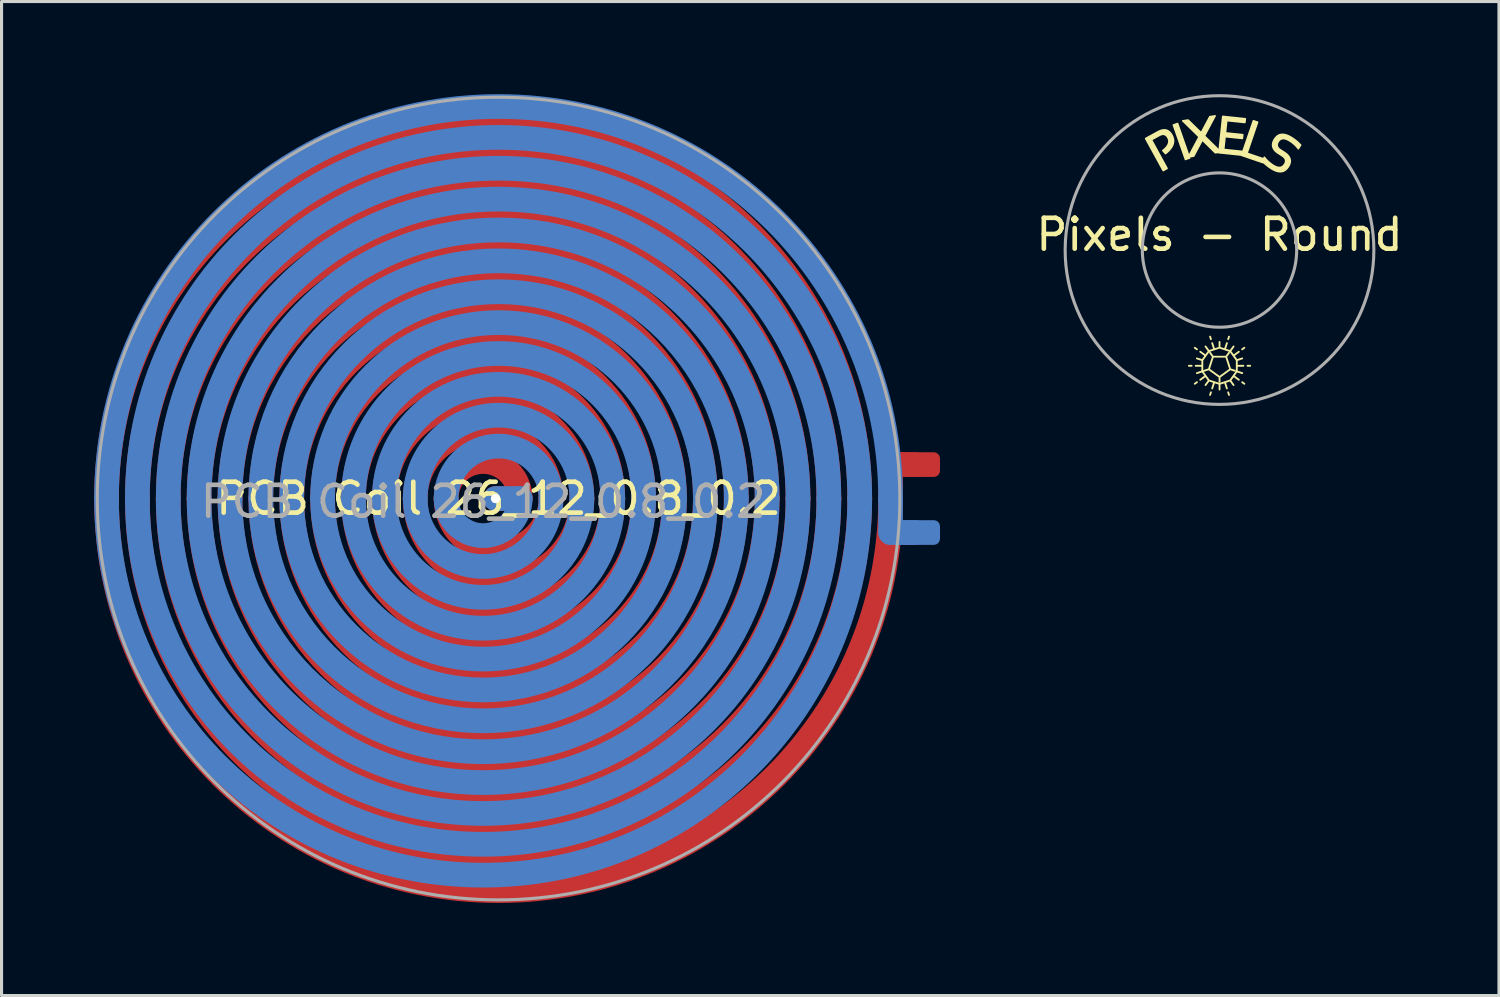
<source format=kicad_pcb>
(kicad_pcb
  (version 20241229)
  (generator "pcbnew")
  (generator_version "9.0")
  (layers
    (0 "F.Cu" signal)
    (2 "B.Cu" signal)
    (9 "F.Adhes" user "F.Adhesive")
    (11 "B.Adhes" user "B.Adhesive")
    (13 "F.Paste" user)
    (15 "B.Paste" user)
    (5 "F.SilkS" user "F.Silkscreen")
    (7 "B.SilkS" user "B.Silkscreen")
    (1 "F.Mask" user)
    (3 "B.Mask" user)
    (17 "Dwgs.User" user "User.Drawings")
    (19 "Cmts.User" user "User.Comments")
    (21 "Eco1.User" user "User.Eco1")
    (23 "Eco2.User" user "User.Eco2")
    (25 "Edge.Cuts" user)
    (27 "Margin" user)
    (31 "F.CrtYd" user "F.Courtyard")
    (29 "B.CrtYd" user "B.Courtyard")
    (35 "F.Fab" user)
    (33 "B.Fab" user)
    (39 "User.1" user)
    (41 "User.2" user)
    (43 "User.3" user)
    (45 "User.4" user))
  (footprint "PCB Coil 26_12_0.8_0.2"
    (layer "F.Cu")
    (at 13.1 13.1)
    (property "Reference" "PCB Coil 26_12_0.8_0.2" (at 0 0 0) (unlocked yes) (layer "F.SilkS") (effects (font (size 1 1) (thickness 0.15))))
    (attr smd exclude_from_pos_files exclude_from_bom allow_missing_courtyard)
    (fp_line (start 0.7 0) (end -0.1 0) (stroke (width 0.8) (type default)) (layer "F.Cu"))
    (fp_line (start 12.7 -1.1) (end 13.5 -1.1) (stroke (width 0.8) (type default)) (layer "F.Cu"))
    (fp_line (start 12.7 0) (end 12.7 -1.1) (stroke (width 0.8) (type default)) (layer "F.Cu"))
    (fp_arc (start -12.7 0) (mid -0.5 -12.2) (end 11.7 0) (stroke (width 0.8) (type default)) (layer "F.Cu"))
    (fp_arc (start -11.7 0) (mid -0.5 -11.2) (end 10.7 0) (stroke (width 0.8) (type default)) (layer "F.Cu"))
    (fp_arc (start -10.7 0) (mid -0.5 -10.2) (end 9.7 0) (stroke (width 0.8) (type default)) (layer "F.Cu"))
    (fp_arc (start -9.7 0) (mid -0.5 -9.2) (end 8.7 0) (stroke (width 0.8) (type default)) (layer "F.Cu"))
    (fp_arc (start -8.7 0) (mid -0.5 -8.2) (end 7.7 0) (stroke (width 0.8) (type default)) (layer "F.Cu"))
    (fp_arc (start -7.7 0) (mid -0.5 -7.2) (end 6.7 0) (stroke (width 0.8) (type default)) (layer "F.Cu"))
    (fp_arc (start -6.7 0) (mid -0.5 -6.2) (end 5.7 0) (stroke (width 0.8) (type default)) (layer "F.Cu"))
    (fp_arc (start -5.7 0) (mid -0.5 -5.2) (end 4.7 0) (stroke (width 0.8) (type default)) (layer "F.Cu"))
    (fp_arc (start -4.7 0) (mid -0.5 -4.2) (end 3.7 0) (stroke (width 0.8) (type default)) (layer "F.Cu"))
    (fp_arc (start -3.7 0) (mid -0.5 -3.2) (end 2.7 0) (stroke (width 0.8) (type default)) (layer "F.Cu"))
    (fp_arc (start -2.7 0) (mid -0.5 -2.2) (end 1.7 0) (stroke (width 0.8) (type default)) (layer "F.Cu"))
    (fp_arc (start -1.7 0) (mid -0.5 -1.2) (end 0.7 0) (stroke (width 0.8) (type default)) (layer "F.Cu"))
    (fp_arc (start 1.7 0) (mid 0 1.7) (end -1.7 0) (stroke (width 0.8) (type default)) (layer "F.Cu"))
    (fp_arc (start 2.7 0) (mid 0 2.7) (end -2.7 0) (stroke (width 0.8) (type default)) (layer "F.Cu"))
    (fp_arc (start 3.7 0) (mid 0 3.7) (end -3.7 0) (stroke (width 0.8) (type default)) (layer "F.Cu"))
    (fp_arc (start 4.7 0) (mid 0 4.7) (end -4.7 0) (stroke (width 0.8) (type default)) (layer "F.Cu"))
    (fp_arc (start 5.7 0) (mid 0 5.7) (end -5.7 0) (stroke (width 0.8) (type default)) (layer "F.Cu"))
    (fp_arc (start 6.7 0) (mid 0 6.7) (end -6.7 0) (stroke (width 0.8) (type default)) (layer "F.Cu"))
    (fp_arc (start 7.7 0) (mid 0 7.7) (end -7.7 0) (stroke (width 0.8) (type default)) (layer "F.Cu"))
    (fp_arc (start 8.7 0) (mid 0 8.7) (end -8.7 0) (stroke (width 0.8) (type default)) (layer "F.Cu"))
    (fp_arc (start 9.7 0) (mid 0 9.7) (end -9.7 0) (stroke (width 0.8) (type default)) (layer "F.Cu"))
    (fp_arc (start 10.7 0) (mid 0 10.7) (end -10.7 0) (stroke (width 0.8) (type default)) (layer "F.Cu"))
    (fp_arc (start 11.7 0) (mid 0 11.7) (end -11.7 0) (stroke (width 0.8) (type default)) (layer "F.Cu"))
    (fp_arc (start 12.7 0) (mid 0 12.7) (end -12.7 0) (stroke (width 0.8) (type default)) (layer "F.Cu"))
    (fp_line (start 0.7 0) (end -0.1 0) (stroke (width 0.8) (type default)) (layer "B.Cu"))
    (fp_line (start 12.7 0) (end 12.7 1.1) (stroke (width 0.8) (type default)) (layer "B.Cu"))
    (fp_line (start 12.7 1.1) (end 13.5 1.1) (stroke (width 0.8) (type default)) (layer "B.Cu"))
    (fp_arc (start -12.7 0) (mid 0 -12.7) (end 12.7 0) (stroke (width 0.8) (type default)) (layer "B.Cu"))
    (fp_arc (start -11.7 0) (mid 0 -11.7) (end 11.7 0) (stroke (width 0.8) (type default)) (layer "B.Cu"))
    (fp_arc (start -10.7 0) (mid 0 -10.7) (end 10.7 0) (stroke (width 0.8) (type default)) (layer "B.Cu"))
    (fp_arc (start -9.7 0) (mid 0 -9.7) (end 9.7 0) (stroke (width 0.8) (type default)) (layer "B.Cu"))
    (fp_arc (start -8.7 0) (mid 0 -8.7) (end 8.7 0) (stroke (width 0.8) (type default)) (layer "B.Cu"))
    (fp_arc (start -7.7 0) (mid 0 -7.7) (end 7.7 0) (stroke (width 0.8) (type default)) (layer "B.Cu"))
    (fp_arc (start -6.7 0) (mid 0 -6.7) (end 6.7 0) (stroke (width 0.8) (type default)) (layer "B.Cu"))
    (fp_arc (start -5.7 0) (mid 0 -5.7) (end 5.7 0) (stroke (width 0.8) (type default)) (layer "B.Cu"))
    (fp_arc (start -4.7 0) (mid 0 -4.7) (end 4.7 0) (stroke (width 0.8) (type default)) (layer "B.Cu"))
    (fp_arc (start -3.7 0) (mid 0 -3.7) (end 3.7 0) (stroke (width 0.8) (type default)) (layer "B.Cu"))
    (fp_arc (start -2.7 0) (mid 0 -2.7) (end 2.7 0) (stroke (width 0.8) (type default)) (layer "B.Cu"))
    (fp_arc (start -1.7 0) (mid 0 -1.7) (end 1.7 0) (stroke (width 0.8) (type default)) (layer "B.Cu"))
    (fp_arc (start 0.7 0) (mid -0.5 1.2) (end -1.7 0) (stroke (width 0.8) (type default)) (layer "B.Cu"))
    (fp_arc (start 1.7 0) (mid -0.5 2.2) (end -2.7 0) (stroke (width 0.8) (type default)) (layer "B.Cu"))
    (fp_arc (start 2.7 0) (mid -0.5 3.2) (end -3.7 0) (stroke (width 0.8) (type default)) (layer "B.Cu"))
    (fp_arc (start 3.7 0) (mid -0.5 4.2) (end -4.7 0) (stroke (width 0.8) (type default)) (layer "B.Cu"))
    (fp_arc (start 4.7 0) (mid -0.5 5.2) (end -5.7 0) (stroke (width 0.8) (type default)) (layer "B.Cu"))
    (fp_arc (start 5.7 0) (mid -0.5 6.2) (end -6.7 0) (stroke (width 0.8) (type default)) (layer "B.Cu"))
    (fp_arc (start 6.7 0) (mid -0.5 7.2) (end -7.7 0) (stroke (width 0.8) (type default)) (layer "B.Cu"))
    (fp_arc (start 7.7 0) (mid -0.5 8.2) (end -8.7 0) (stroke (width 0.8) (type default)) (layer "B.Cu"))
    (fp_arc (start 8.7 0) (mid -0.5 9.2) (end -9.7 0) (stroke (width 0.8) (type default)) (layer "B.Cu"))
    (fp_arc (start 9.7 0) (mid -0.5 10.2) (end -10.7 0) (stroke (width 0.8) (type default)) (layer "B.Cu"))
    (fp_arc (start 10.7 0) (mid -0.5 11.2) (end -11.7 0) (stroke (width 0.8) (type default)) (layer "B.Cu"))
    (fp_arc (start 11.7 0) (mid -0.5 12.2) (end -12.7 0) (stroke (width 0.8) (type default)) (layer "B.Cu"))
    (fp_circle (center 0 0) (end 13 0) (stroke (width 0.1) (type solid)) (fill no) (layer "F.Fab"))
    (fp_text user "${REFERENCE}" (at -0.5 0.1 0) (unlocked yes) (layer "F.Fab") (effects (font (size 1 1) (thickness 0.15))))
    (pad "0" thru_hole circle (at -0.1 0) (size 0.6 0.6) (drill 0.3) (layers "*.Cu") (remove_unused_layers yes) (keep_end_layers yes) (zone_layer_connections))
    (pad "1" smd roundrect (at 13.5 -1.1) (size 1.6 0.8) (layers "F.Cu") (roundrect_rratio 0.25))
    (pad "2" smd roundrect (at 13.5 1.1) (size 1.6 0.8) (layers "B.Cu") (roundrect_rratio 0.25)))
  (footprint "Pixels - Round"
    (layer "F.Cu")
    (at 36.454 5.05)
    (property "Reference" "Pixels - Round" (at 0 -0.5 0) (unlocked yes) (layer "F.SilkS") (effects (font (size 1 1) (thickness 0.15))))
    (fp_poly (pts (xy -0.967 -2.981) (xy -1.358 -4.101) (xy -1.496 -4.052) (xy -1.104 -2.933)) (stroke (width 0.05) (type solid)) (fill yes) (layer "F.SilkS"))
    (fp_poly (pts (xy 0.892 -3.137) (xy 1.235 -4.142) (xy 1.097 -4.189) (xy 0.714 -3.067) (xy 1.41 -2.83) (xy 1.45 -2.947)) (stroke (width 0.05) (type solid)) (fill yes) (layer "F.SilkS"))
    (fp_poly (pts (xy -0.884 3.724) (xy -0.902 3.719) (xy -0.993 3.719) (xy -1.014 3.727) (xy -1.023 3.749) (xy -1.014 3.77) (xy -0.993 3.779) (xy -0.902 3.779) (xy -0.881 3.77) (xy -0.872 3.749)) (stroke (width 0) (type solid)) (fill yes) (layer "F.SilkS"))
    (fp_poly (pts (xy -0.821 3.188) (xy -0.747 3.242) (xy -0.725 3.247) (xy -0.705 3.235) (xy -0.7 3.213) (xy -0.712 3.193) (xy -0.785 3.14) (xy -0.808 3.135) (xy -0.827 3.147) (xy -0.833 3.169)) (stroke (width 0) (type solid)) (fill yes) (layer "F.SilkS"))
    (fp_poly (pts (xy -0.306 2.899) (xy -0.334 2.812) (xy -0.333 2.789) (xy -0.315 2.774) (xy -0.288 2.779) (xy -0.277 2.794) (xy -0.249 2.88) (xy -0.251 2.903) (xy -0.269 2.918) (xy -0.291 2.916)) (stroke (width 0) (type solid)) (fill yes) (layer "F.SilkS"))
    (fp_poly (pts (xy 0.254 4.594) (xy 0.252 4.617) (xy 0.28 4.704) (xy 0.295 4.721) (xy 0.318 4.723) (xy 0.336 4.708) (xy 0.337 4.685) (xy 0.309 4.599) (xy 0.298 4.584) (xy 0.271 4.579)) (stroke (width 0) (type solid)) (fill yes) (layer "F.SilkS"))
    (fp_poly (pts (xy 0.788 4.357) (xy 0.811 4.363) (xy 0.83 4.351) (xy 0.836 4.328) (xy 0.824 4.309) (xy 0.75 4.255) (xy 0.728 4.25) (xy 0.708 4.262) (xy 0.703 4.284) (xy 0.715 4.304)) (stroke (width 0) (type solid)) (fill yes) (layer "F.SilkS"))
    (fp_poly (pts (xy 0.884 3.77) (xy 0.905 3.779) (xy 0.996 3.779) (xy 1.017 3.77) (xy 1.026 3.749) (xy 1.013 3.724) (xy 0.996 3.719) (xy 0.905 3.719) (xy 0.884 3.727) (xy 0.875 3.749)) (stroke (width 0) (type solid)) (fill yes) (layer "F.SilkS"))
    (fp_poly (pts (xy -0.712 4.255) (xy -0.729 4.249) (xy -0.747 4.255) (xy -0.821 4.309) (xy -0.833 4.328) (xy -0.827 4.35) (xy -0.808 4.362) (xy -0.785 4.357) (xy -0.712 4.304) (xy -0.7 4.284) (xy -0.705 4.262)) (stroke (width 0) (type solid)) (fill yes) (layer "F.SilkS"))
    (fp_poly (pts (xy -0.332 4.708) (xy -0.315 4.723) (xy -0.292 4.721) (xy -0.277 4.703) (xy -0.249 4.617) (xy -0.249 4.598) (xy -0.26 4.583) (xy -0.268 4.579) (xy -0.291 4.581) (xy -0.306 4.598) (xy -0.334 4.685)) (stroke (width 0) (type solid)) (fill yes) (layer "F.SilkS"))
    (fp_poly (pts (xy 0.727 3.248) (xy 0.75 3.242) (xy 0.823 3.189) (xy 0.835 3.169) (xy 0.83 3.147) (xy 0.823 3.14) (xy 0.806 3.134) (xy 0.788 3.14) (xy 0.714 3.194) (xy 0.702 3.213) (xy 0.708 3.236)) (stroke (width 0) (type solid)) (fill yes) (layer "F.SilkS"))
    (fp_poly (pts (xy -0.14 -4.348) (xy -0.315 -4.321) (xy -0.594 -3.798) (xy -1.016 -4.213) (xy -1.191 -4.186) (xy -0.662 -3.667) (xy -1.01 -3.014) (xy -0.835 -3.041) (xy -0.557 -3.564) (xy -0.135 -3.149) (xy 0.041 -3.176) (xy -0.487 -3.695)) (stroke (width 0.05) (type solid)) (fill yes) (layer "F.SilkS"))
    (fp_poly (pts (xy 0.754 -3.738) (xy 0.194 -3.796) (xy 0.235 -4.192) (xy 0.823 -4.131) (xy 0.836 -4.254) (xy 0.104 -4.331) (xy -0.02 -3.152) (xy 0.724 -3.074) (xy 0.737 -3.197) (xy 0.137 -3.26) (xy 0.181 -3.673) (xy 0.741 -3.614)) (stroke (width 0.05) (type solid)) (fill yes) (layer "F.SilkS"))
    (fp_poly (pts (xy 0.254 2.903) (xy 0.271 2.918) (xy 0.294 2.916) (xy 0.309 2.899) (xy 0.337 2.812) (xy 0.337 2.794) (xy 0.326 2.779) (xy 0.318 2.775) (xy 0.295 2.776) (xy 0.28 2.794) (xy 0.252 2.88) (xy 0.254 2.903) (xy 0.271 2.918)) (stroke (width 0) (type solid)) (fill yes) (layer "F.SilkS"))
    (fp_poly (pts (xy 0.371 3.837) (xy 0.53 3.889) (xy 0.511 3.946) (xy 0.352 3.894) (xy 0.031 4.127) (xy 0.031 4.294) (xy -0.029 4.294) (xy -0.029 4.127) (xy -0.35 3.894) (xy -0.309 3.85) (xy 0.001 4.075) (xy 0.312 3.85) (xy 0.193 3.485) (xy -0.19 3.485) (xy -0.309 3.85) (xy -0.35 3.894) (xy -0.568 3.965) (xy -0.587 3.908) (xy -0.368 3.837) (xy -0.246 3.46) (xy -0.344 3.325) (xy -0.295 3.289) (xy -0.197 3.425) (xy 0.2 3.425) (xy 0.298 3.289) (xy 0.347 3.325) (xy 0.248 3.46)) (stroke (width 0) (type solid)) (fill yes) (layer "F.SilkS"))
    (fp_poly (pts (xy -1.944 -3.715) (xy -1.901 -3.735) (xy -1.851 -3.749) (xy -1.796 -3.747) (xy -1.746 -3.727) (xy -1.703 -3.687) (xy -1.671 -3.64) (xy -1.654 -3.601) (xy -1.641 -3.55) (xy -1.641 -3.498) (xy -1.652 -3.447) (xy -1.676 -3.394) (xy -1.712 -3.342) (xy -1.747 -3.302) (xy -1.789 -3.262) (xy -1.838 -3.222) (xy -1.749 -3.123) (xy -1.726 -3.141) (xy -1.683 -3.178) (xy -1.645 -3.215) (xy -1.595 -3.271) (xy -1.554 -3.326) (xy -1.523 -3.382) (xy -1.502 -3.438) (xy -1.49 -3.494) (xy -1.488 -3.55) (xy -1.495 -3.607) (xy -1.512 -3.663) (xy -1.538 -3.72) (xy -1.548 -3.737) (xy -1.579 -3.783) (xy -1.612 -3.821) (xy -1.661 -3.859) (xy -1.714 -3.884) (xy -1.772 -3.894) (xy -1.835 -3.891) (xy -1.885 -3.879) (xy -1.938 -3.86) (xy -1.994 -3.833) (xy -2.394 -3.613) (xy -1.824 -2.573) (xy -1.697 -2.643) (xy -2.205 -3.572)) (stroke (width 0.05) (type solid)) (fill yes) (layer "F.SilkS"))
    (fp_poly (pts (xy 1.71 -2.765) (xy 1.669 -2.795) (xy 1.62 -2.833) (xy 1.575 -2.873) (xy 1.532 -2.915) (xy 1.492 -2.96) (xy 1.455 -3.006) (xy 1.379 -2.887) (xy 1.411 -2.853) (xy 1.452 -2.812) (xy 1.496 -2.772) (xy 1.543 -2.734) (xy 1.592 -2.696) (xy 1.633 -2.668) (xy 1.675 -2.64) (xy 1.721 -2.612) (xy 1.786 -2.579) (xy 1.848 -2.555) (xy 1.907 -2.541) (xy 1.963 -2.536) (xy 2.016 -2.54) (xy 2.065 -2.553) (xy 2.111 -2.576) (xy 2.154 -2.608) (xy 2.194 -2.649) (xy 2.231 -2.699) (xy 2.241 -2.716) (xy 2.267 -2.766) (xy 2.284 -2.815) (xy 2.294 -2.877) (xy 2.288 -2.937) (xy 2.268 -2.995) (xy 2.233 -3.05) (xy 2.198 -3.09) (xy 2.153 -3.128) (xy 2.1 -3.165) (xy 1.978 -3.243) (xy 1.938 -3.272) (xy 1.901 -3.31) (xy 1.875 -3.358) (xy 1.867 -3.411) (xy 1.88 -3.467) (xy 1.905 -3.516) (xy 1.92 -3.537) (xy 1.962 -3.579) (xy 2.012 -3.603) (xy 2.068 -3.611) (xy 2.119 -3.605) (xy 2.173 -3.588) (xy 2.232 -3.561) (xy 2.28 -3.533) (xy 2.3 -3.519) (xy 2.35 -3.485) (xy 2.396 -3.448) (xy 2.44 -3.409) (xy 2.481 -3.368) (xy 2.518 -3.325) (xy 2.554 -3.28) (xy 2.629 -3.399) (xy 2.614 -3.416) (xy 2.576 -3.456) (xy 2.535 -3.495) (xy 2.491 -3.533) (xy 2.446 -3.569) (xy 2.397 -3.604) (xy 2.346 -3.638) (xy 2.299 -3.666) (xy 2.232 -3.701) (xy 2.168 -3.726) (xy 2.107 -3.742) (xy 2.05 -3.749) (xy 1.997 -3.746) (xy 1.947 -3.735) (xy 1.9 -3.713) (xy 1.857 -3.683) (xy 1.818 -3.643) (xy 1.782 -3.594) (xy 1.771 -3.577) (xy 1.746 -3.527) (xy 1.728 -3.478) (xy 1.718 -3.416) (xy 1.723 -3.356) (xy 1.742 -3.299) (xy 1.776 -3.244) (xy 1.811 -3.205) (xy 1.855 -3.167) (xy 1.907 -3.131) (xy 2.029 -3.053) (xy 2.07 -3.024) (xy 2.109 -2.985) (xy 2.137 -2.935) (xy 2.145 -2.883) (xy 2.133 -2.827) (xy 2.108 -2.777) (xy 2.1 -2.766) (xy 2.058 -2.719) (xy 2.01 -2.688) (xy 1.956 -2.675) (xy 1.896 -2.678) (xy 1.844 -2.693) (xy 1.787 -2.718) (xy 1.742 -2.744)) (stroke (width 0.05) (type solid)) (fill yes) (layer "F.SilkS"))
    (fp_poly (pts (xy 0.796 3.77) (xy 0.805 3.749) (xy 0.793 3.724) (xy 0.775 3.719) (xy 0.59 3.719) (xy 0.59 3.589) (xy 0.746 3.538) (xy 0.764 3.523) (xy 0.766 3.5) (xy 0.755 3.485) (xy 0.728 3.481) (xy 0.571 3.532) (xy 0.495 3.427) (xy 0.645 3.318) (xy 0.657 3.299) (xy 0.651 3.277) (xy 0.645 3.27) (xy 0.627 3.264) (xy 0.609 3.27) (xy 0.46 3.379) (xy 0.384 3.274) (xy 0.48 3.14) (xy 0.486 3.118) (xy 0.474 3.099) (xy 0.451 3.093) (xy 0.432 3.105) (xy 0.335 3.238) (xy 0.212 3.198) (xy 0.269 3.023) (xy 0.269 3.004) (xy 0.258 2.989) (xy 0.25 2.985) (xy 0.227 2.987) (xy 0.212 3.004) (xy 0.155 3.18) (xy 0.031 3.14) (xy 0.031 2.975) (xy 0.019 2.951) (xy 0.001 2.945) (xy -0.02 2.954) (xy -0.029 2.975) (xy -0.029 3.14) (xy -0.152 3.18) (xy -0.209 3.004) (xy -0.22 2.989) (xy -0.247 2.984) (xy -0.264 2.999) (xy -0.266 3.022) (xy -0.209 3.198) (xy -0.332 3.238) (xy -0.429 3.105) (xy -0.436 3.099) (xy -0.453 3.093) (xy -0.471 3.099) (xy -0.483 3.118) (xy -0.478 3.14) (xy -0.381 3.274) (xy -0.457 3.379) (xy -0.607 3.27) (xy -0.629 3.264) (xy -0.649 3.276) (xy -0.654 3.299) (xy -0.642 3.318) (xy -0.492 3.427) (xy -0.568 3.532) (xy -0.725 3.481) (xy -0.748 3.483) (xy -0.763 3.5) (xy -0.761 3.523) (xy -0.744 3.538) (xy -0.587 3.589) (xy -0.527 3.577) (xy -0.344 3.325) (xy -0.295 3.289) (xy 0.001 3.193) (xy 0.298 3.289) (xy 0.347 3.325) (xy 0.53 3.577) (xy 0.53 3.889) (xy 0.511 3.946) (xy 0.328 4.198) (xy 0.031 4.294) (xy -0.029 4.294) (xy -0.325 4.198) (xy -0.508 3.946) (xy -0.527 3.889) (xy -0.527 3.577) (xy -0.587 3.589) (xy -0.587 3.719) (xy -0.772 3.719) (xy -0.793 3.727) (xy -0.802 3.749) (xy -0.793 3.77) (xy -0.772 3.779) (xy -0.587 3.779) (xy -0.587 3.908) (xy -0.744 3.959) (xy -0.761 3.974) (xy -0.763 3.997) (xy -0.748 4.014) (xy -0.725 4.016) (xy -0.568 3.965) (xy -0.492 4.07) (xy -0.642 4.179) (xy -0.654 4.198) (xy -0.648 4.221) (xy -0.629 4.233) (xy -0.607 4.227) (xy -0.457 4.119) (xy -0.381 4.224) (xy -0.478 4.357) (xy -0.483 4.379) (xy -0.471 4.399) (xy -0.449 4.404) (xy -0.429 4.392) (xy -0.332 4.259) (xy -0.209 4.299) (xy -0.266 4.475) (xy -0.264 4.498) (xy -0.247 4.513) (xy -0.224 4.511) (xy -0.209 4.493) (xy -0.152 4.317) (xy -0.029 4.358) (xy -0.029 4.522) (xy -0.02 4.543) (xy 0.001 4.552) (xy 0.023 4.543) (xy 0.031 4.522) (xy 0.031 4.358) (xy 0.155 4.318) (xy 0.212 4.494) (xy 0.227 4.511) (xy 0.25 4.513) (xy 0.267 4.498) (xy 0.269 4.475) (xy 0.212 4.299) (xy 0.335 4.259) (xy 0.432 4.392) (xy 0.451 4.404) (xy 0.474 4.399) (xy 0.486 4.379) (xy 0.48 4.357) (xy 0.384 4.224) (xy 0.46 4.119) (xy 0.61 4.228) (xy 0.632 4.233) (xy 0.652 4.221) (xy 0.657 4.199) (xy 0.645 4.179) (xy 0.495 4.07) (xy 0.571 3.965) (xy 0.728 4.016) (xy 0.751 4.014) (xy 0.766 3.997) (xy 0.766 3.978) (xy 0.755 3.963) (xy 0.746 3.959) (xy 0.59 3.908) (xy 0.59 3.779) (xy 0.775 3.779)) (stroke (width 0) (type solid)) (fill yes) (layer "F.SilkS"))
    (fp_circle (center 0 0) (end 2.5 0) (stroke (width 0.1) (type solid)) (fill no) (layer "F.Fab"))
    (fp_circle (center 0 0) (end 5 0) (stroke (width 0.1) (type solid)) (fill no) (layer "F.Fab")))
  (gr_rect
    (start -3 -3)
    (end 45.507 29.2)
    (stroke (width 0.1) (type default))
    (fill no)
    (layer "Edge.Cuts")))
</source>
